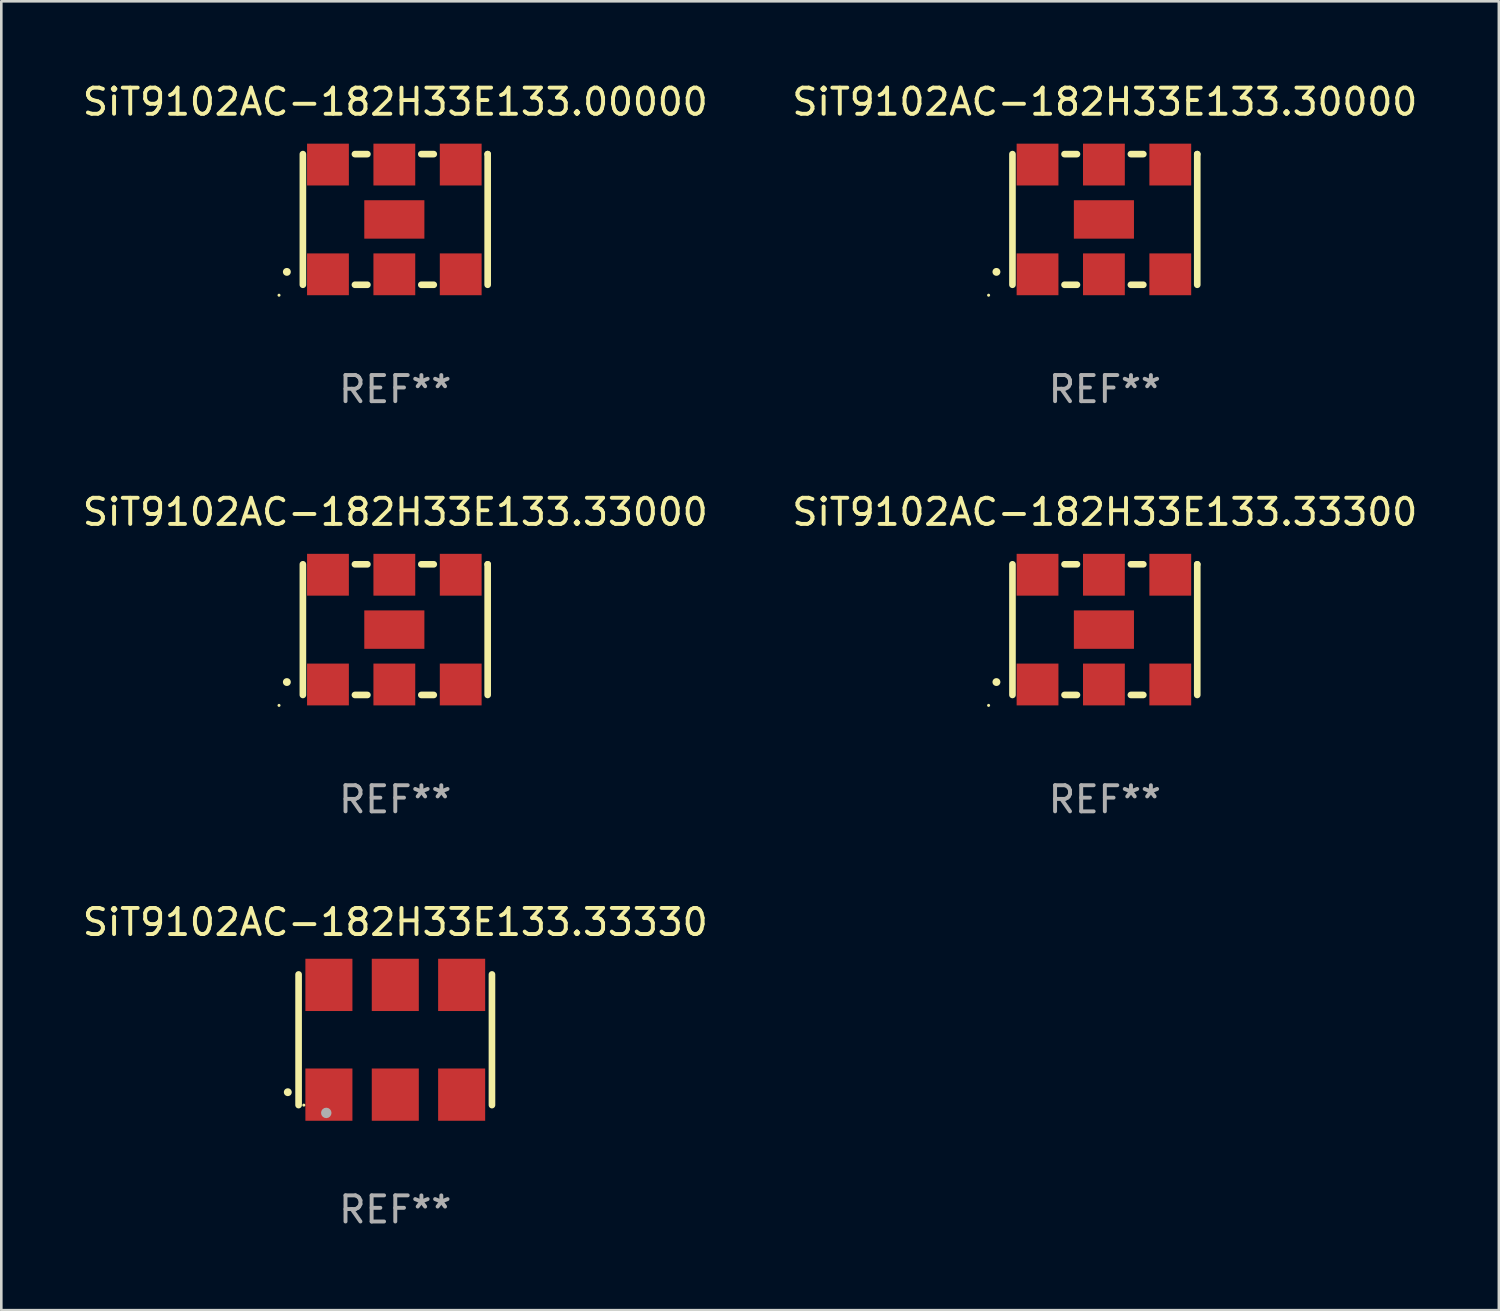
<source format=kicad_pcb>
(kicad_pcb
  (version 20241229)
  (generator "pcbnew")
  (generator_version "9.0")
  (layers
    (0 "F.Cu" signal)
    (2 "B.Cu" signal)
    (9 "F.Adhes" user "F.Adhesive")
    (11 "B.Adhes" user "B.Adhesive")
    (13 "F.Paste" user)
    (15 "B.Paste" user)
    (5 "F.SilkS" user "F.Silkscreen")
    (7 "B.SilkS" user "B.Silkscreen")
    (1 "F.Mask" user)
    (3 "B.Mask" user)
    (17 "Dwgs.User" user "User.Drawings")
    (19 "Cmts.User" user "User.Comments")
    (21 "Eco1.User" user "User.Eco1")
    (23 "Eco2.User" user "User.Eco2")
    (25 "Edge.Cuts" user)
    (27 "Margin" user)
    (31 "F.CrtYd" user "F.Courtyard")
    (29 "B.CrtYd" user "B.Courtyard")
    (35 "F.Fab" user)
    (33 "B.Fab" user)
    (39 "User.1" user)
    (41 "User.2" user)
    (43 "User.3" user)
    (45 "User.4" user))
  (footprint "SiT9102AC-182H33E133.33000"
    (layer "F.Cu")
    (at 12.077 21.045)
    (property "Reference" "SiT9102AC-182H33E133.33000" (at 0 -4.5 0) (layer "F.SilkS") (effects (font (size 1 1) (thickness 0.15))))
    (attr through_hole)
    (fp_line (start -3.536 -2.5) (end -3.536 2.5) (stroke (width 0.254) (type solid)) (layer "F.SilkS"))
    (fp_line (start -1.544 2.5) (end -1.067 2.5) (stroke (width 0.254) (type solid)) (layer "F.SilkS"))
    (fp_line (start -1.067 -2.5) (end -1.544 -2.5) (stroke (width 0.254) (type solid)) (layer "F.SilkS"))
    (fp_line (start 0.996 2.5) (end 1.473 2.5) (stroke (width 0.254) (type solid)) (layer "F.SilkS"))
    (fp_line (start 1.473 -2.5) (end 0.996 -2.5) (stroke (width 0.254) (type solid)) (layer "F.SilkS"))
    (fp_line (start 3.536 -2.5) (end 3.536 -2.5) (stroke (width 0.254) (type solid)) (layer "F.SilkS"))
    (fp_line (start 3.536 2.5) (end 3.536 -2.5) (stroke (width 0.254) (type solid)) (layer "F.SilkS"))
    (fp_arc (start -4.150432 2.006604) (mid -4.149162 2.006599) (end -4.147892 2.006604) (stroke (width 0.3) (type solid)) (layer "F.SilkS"))
    (fp_circle (center -4.449 2.9) (end -4.419 2.9) (stroke (width 0.06) (type solid)) (fill no) (layer "F.SilkS"))
    (fp_text user "REF**" (at 0 6.5 0) (layer "F.Fab") (effects (font (size 1 1) (thickness 0.15))))
    (pad "1" smd rect (at -2.576 2.1) (size 1.6 1.6) (layers "F.Cu" "F.Mask" "F.Paste"))
    (pad "2" smd rect (at -0.036 2.1) (size 1.6 1.6) (layers "F.Cu" "F.Mask" "F.Paste"))
    (pad "3" smd rect (at 2.504 2.1) (size 1.6 1.6) (layers "F.Cu" "F.Mask" "F.Paste"))
    (pad "4" smd rect (at 2.504 -2.1) (size 1.6 1.6) (layers "F.Cu" "F.Mask" "F.Paste"))
    (pad "5" smd rect (at -0.036 -2.1) (size 1.6 1.6) (layers "F.Cu" "F.Mask" "F.Paste"))
    (pad "6" smd rect (at -2.576 -2.1) (size 1.6 1.6) (layers "F.Cu" "F.Mask" "F.Paste"))
    (pad "7" smd rect (at -0.036 0) (size 2.3 1.47) (layers "F.Cu" "F.Mask" "F.Paste")))
  (footprint "SiT9102AC-182H33E133.33300"
    (layer "F.Cu")
    (at 39.232 21.045)
    (property "Reference" "SiT9102AC-182H33E133.33300" (at 0 -4.5 0) (layer "F.SilkS") (effects (font (size 1 1) (thickness 0.15))))
    (attr through_hole)
    (fp_line (start -3.536 -2.5) (end -3.536 2.5) (stroke (width 0.254) (type solid)) (layer "F.SilkS"))
    (fp_line (start -1.544 2.5) (end -1.067 2.5) (stroke (width 0.254) (type solid)) (layer "F.SilkS"))
    (fp_line (start -1.067 -2.5) (end -1.544 -2.5) (stroke (width 0.254) (type solid)) (layer "F.SilkS"))
    (fp_line (start 0.996 2.5) (end 1.473 2.5) (stroke (width 0.254) (type solid)) (layer "F.SilkS"))
    (fp_line (start 1.473 -2.5) (end 0.996 -2.5) (stroke (width 0.254) (type solid)) (layer "F.SilkS"))
    (fp_line (start 3.536 -2.5) (end 3.536 -2.5) (stroke (width 0.254) (type solid)) (layer "F.SilkS"))
    (fp_line (start 3.536 2.5) (end 3.536 -2.5) (stroke (width 0.254) (type solid)) (layer "F.SilkS"))
    (fp_arc (start -4.150432 2.006604) (mid -4.149162 2.006599) (end -4.147892 2.006604) (stroke (width 0.3) (type solid)) (layer "F.SilkS"))
    (fp_circle (center -4.449 2.9) (end -4.419 2.9) (stroke (width 0.06) (type solid)) (fill no) (layer "F.SilkS"))
    (fp_text user "REF**" (at 0 6.5 0) (layer "F.Fab") (effects (font (size 1 1) (thickness 0.15))))
    (pad "1" smd rect (at -2.576 2.1) (size 1.6 1.6) (layers "F.Cu" "F.Mask" "F.Paste"))
    (pad "2" smd rect (at -0.036 2.1) (size 1.6 1.6) (layers "F.Cu" "F.Mask" "F.Paste"))
    (pad "3" smd rect (at 2.504 2.1) (size 1.6 1.6) (layers "F.Cu" "F.Mask" "F.Paste"))
    (pad "4" smd rect (at 2.504 -2.1) (size 1.6 1.6) (layers "F.Cu" "F.Mask" "F.Paste"))
    (pad "5" smd rect (at -0.036 -2.1) (size 1.6 1.6) (layers "F.Cu" "F.Mask" "F.Paste"))
    (pad "6" smd rect (at -2.576 -2.1) (size 1.6 1.6) (layers "F.Cu" "F.Mask" "F.Paste"))
    (pad "7" smd rect (at -0.036 0) (size 2.3 1.47) (layers "F.Cu" "F.Mask" "F.Paste")))
  (footprint "SiT9102AC-182H33E133.33330"
    (layer "F.Cu")
    (at 12.077 36.741)
    (property "Reference" "SiT9102AC-182H33E133.33330" (at 0 -4.5 0) (layer "F.SilkS") (effects (font (size 1 1) (thickness 0.15))))
    (attr through_hole)
    (fp_line (start -3.7 -2.5) (end -3.7 2.5) (stroke (width 0.254) (type solid)) (layer "F.SilkS"))
    (fp_line (start 3.7 -2.5) (end 3.7 2.5) (stroke (width 0.254) (type solid)) (layer "F.SilkS"))
    (fp_arc (start -4.114415 2.006604) (mid -4.113145 2.006599) (end -4.111875 2.006604) (stroke (width 0.3) (type solid)) (layer "F.SilkS"))
    (fp_circle (center -3.5 2.501) (end -3.47 2.501) (stroke (width 0.06) (type solid)) (fill no) (layer "F.SilkS"))
    (fp_circle (center -2.641 2.799) (end -2.541 2.799) (stroke (width 0.2) (type solid)) (fill no) (layer "F.Fab"))
    (fp_text user "REF**" (at 0 6.5 0) (layer "F.Fab") (effects (font (size 1 1) (thickness 0.15))))
    (pad "1" smd rect (at -2.54 2.1) (size 1.8 2) (layers "F.Cu" "F.Mask" "F.Paste"))
    (pad "2" smd rect (at 0.000394 2.1) (size 1.8 2) (layers "F.Cu" "F.Mask" "F.Paste"))
    (pad "3" smd rect (at 2.54 2.1) (size 1.8 2) (layers "F.Cu" "F.Mask" "F.Paste"))
    (pad "4" smd rect (at 2.54 -2.1) (size 1.8 2) (layers "F.Cu" "F.Mask" "F.Paste"))
    (pad "5" smd rect (at 0.000394 -2.1) (size 1.8 2) (layers "F.Cu" "F.Mask" "F.Paste"))
    (pad "6" smd rect (at -2.54 -2.1) (size 1.8 2) (layers "F.Cu" "F.Mask" "F.Paste")))
  (footprint "SiT9102AC-182H33E133.00000"
    (layer "F.Cu")
    (at 12.077 5.348)
    (property "Reference" "SiT9102AC-182H33E133.00000" (at 0 -4.5 0) (layer "F.SilkS") (effects (font (size 1 1) (thickness 0.15))))
    (attr through_hole)
    (fp_line (start -3.536 -2.5) (end -3.536 2.5) (stroke (width 0.254) (type solid)) (layer "F.SilkS"))
    (fp_line (start -1.544 2.5) (end -1.067 2.5) (stroke (width 0.254) (type solid)) (layer "F.SilkS"))
    (fp_line (start -1.067 -2.5) (end -1.544 -2.5) (stroke (width 0.254) (type solid)) (layer "F.SilkS"))
    (fp_line (start 0.996 2.5) (end 1.473 2.5) (stroke (width 0.254) (type solid)) (layer "F.SilkS"))
    (fp_line (start 1.473 -2.5) (end 0.996 -2.5) (stroke (width 0.254) (type solid)) (layer "F.SilkS"))
    (fp_line (start 3.536 -2.5) (end 3.536 -2.5) (stroke (width 0.254) (type solid)) (layer "F.SilkS"))
    (fp_line (start 3.536 2.5) (end 3.536 -2.5) (stroke (width 0.254) (type solid)) (layer "F.SilkS"))
    (fp_arc (start -4.150432 2.006604) (mid -4.149162 2.006599) (end -4.147892 2.006604) (stroke (width 0.3) (type solid)) (layer "F.SilkS"))
    (fp_circle (center -4.449 2.9) (end -4.419 2.9) (stroke (width 0.06) (type solid)) (fill no) (layer "F.SilkS"))
    (fp_text user "REF**" (at 0 6.5 0) (layer "F.Fab") (effects (font (size 1 1) (thickness 0.15))))
    (pad "1" smd rect (at -2.576 2.1) (size 1.6 1.6) (layers "F.Cu" "F.Mask" "F.Paste"))
    (pad "2" smd rect (at -0.036 2.1) (size 1.6 1.6) (layers "F.Cu" "F.Mask" "F.Paste"))
    (pad "3" smd rect (at 2.504 2.1) (size 1.6 1.6) (layers "F.Cu" "F.Mask" "F.Paste"))
    (pad "4" smd rect (at 2.504 -2.1) (size 1.6 1.6) (layers "F.Cu" "F.Mask" "F.Paste"))
    (pad "5" smd rect (at -0.036 -2.1) (size 1.6 1.6) (layers "F.Cu" "F.Mask" "F.Paste"))
    (pad "6" smd rect (at -2.576 -2.1) (size 1.6 1.6) (layers "F.Cu" "F.Mask" "F.Paste"))
    (pad "7" smd rect (at -0.036 0) (size 2.3 1.47) (layers "F.Cu" "F.Mask" "F.Paste")))
  (footprint "SiT9102AC-182H33E133.30000"
    (layer "F.Cu")
    (at 39.232 5.348)
    (property "Reference" "SiT9102AC-182H33E133.30000" (at 0 -4.5 0) (layer "F.SilkS") (effects (font (size 1 1) (thickness 0.15))))
    (attr through_hole)
    (fp_line (start -3.536 -2.5) (end -3.536 2.5) (stroke (width 0.254) (type solid)) (layer "F.SilkS"))
    (fp_line (start -1.544 2.5) (end -1.067 2.5) (stroke (width 0.254) (type solid)) (layer "F.SilkS"))
    (fp_line (start -1.067 -2.5) (end -1.544 -2.5) (stroke (width 0.254) (type solid)) (layer "F.SilkS"))
    (fp_line (start 0.996 2.5) (end 1.473 2.5) (stroke (width 0.254) (type solid)) (layer "F.SilkS"))
    (fp_line (start 1.473 -2.5) (end 0.996 -2.5) (stroke (width 0.254) (type solid)) (layer "F.SilkS"))
    (fp_line (start 3.536 -2.5) (end 3.536 -2.5) (stroke (width 0.254) (type solid)) (layer "F.SilkS"))
    (fp_line (start 3.536 2.5) (end 3.536 -2.5) (stroke (width 0.254) (type solid)) (layer "F.SilkS"))
    (fp_arc (start -4.150432 2.006604) (mid -4.149162 2.006599) (end -4.147892 2.006604) (stroke (width 0.3) (type solid)) (layer "F.SilkS"))
    (fp_circle (center -4.449 2.9) (end -4.419 2.9) (stroke (width 0.06) (type solid)) (fill no) (layer "F.SilkS"))
    (fp_text user "REF**" (at 0 6.5 0) (layer "F.Fab") (effects (font (size 1 1) (thickness 0.15))))
    (pad "1" smd rect (at -2.576 2.1) (size 1.6 1.6) (layers "F.Cu" "F.Mask" "F.Paste"))
    (pad "2" smd rect (at -0.036 2.1) (size 1.6 1.6) (layers "F.Cu" "F.Mask" "F.Paste"))
    (pad "3" smd rect (at 2.504 2.1) (size 1.6 1.6) (layers "F.Cu" "F.Mask" "F.Paste"))
    (pad "4" smd rect (at 2.504 -2.1) (size 1.6 1.6) (layers "F.Cu" "F.Mask" "F.Paste"))
    (pad "5" smd rect (at -0.036 -2.1) (size 1.6 1.6) (layers "F.Cu" "F.Mask" "F.Paste"))
    (pad "6" smd rect (at -2.576 -2.1) (size 1.6 1.6) (layers "F.Cu" "F.Mask" "F.Paste"))
    (pad "7" smd rect (at -0.036 0) (size 2.3 1.47) (layers "F.Cu" "F.Mask" "F.Paste")))
  (gr_rect
    (start -3 -3)
    (end 54.31 47.09)
    (stroke (width 0.1) (type default))
    (fill no)
    (layer "Edge.Cuts")))
</source>
